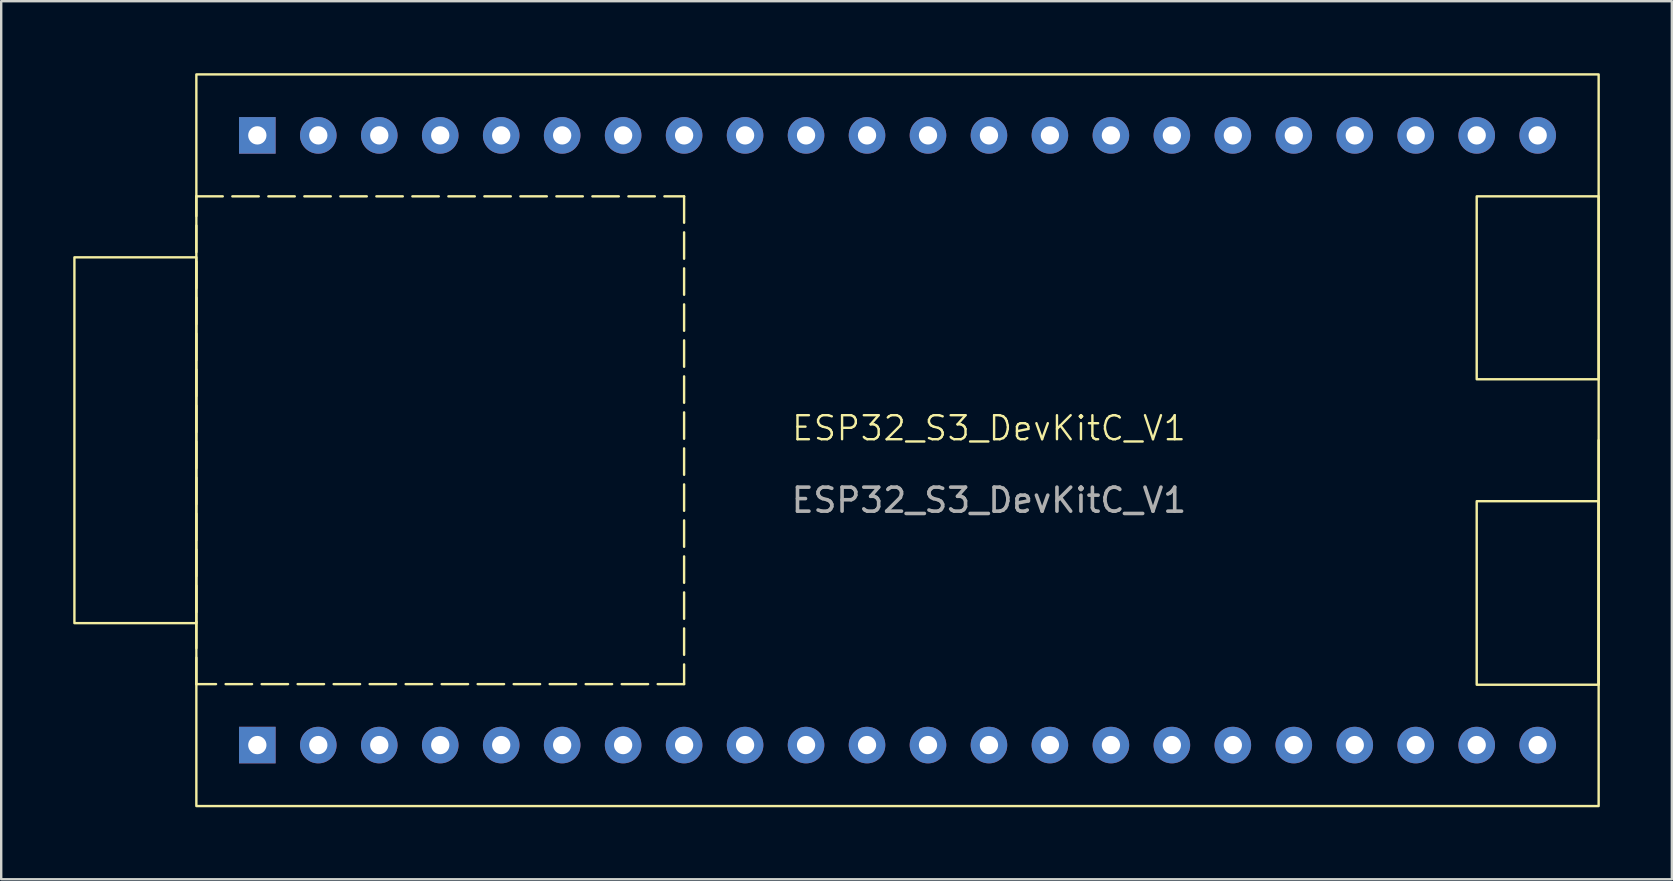
<source format=kicad_pcb>
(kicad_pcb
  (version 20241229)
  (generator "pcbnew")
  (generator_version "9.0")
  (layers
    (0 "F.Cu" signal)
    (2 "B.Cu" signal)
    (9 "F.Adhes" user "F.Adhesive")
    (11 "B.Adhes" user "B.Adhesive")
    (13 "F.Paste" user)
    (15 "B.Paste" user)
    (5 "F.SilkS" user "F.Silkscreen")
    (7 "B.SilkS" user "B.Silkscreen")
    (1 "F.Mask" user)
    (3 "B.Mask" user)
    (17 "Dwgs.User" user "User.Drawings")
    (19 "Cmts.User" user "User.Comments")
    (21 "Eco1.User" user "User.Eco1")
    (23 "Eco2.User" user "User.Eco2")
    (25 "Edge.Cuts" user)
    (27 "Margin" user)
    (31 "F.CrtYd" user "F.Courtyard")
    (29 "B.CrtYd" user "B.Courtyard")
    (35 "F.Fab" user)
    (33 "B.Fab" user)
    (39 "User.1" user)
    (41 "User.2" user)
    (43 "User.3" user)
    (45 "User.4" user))
  (footprint "ESP32_S3_DevKitC_V1"
    (layer "F.Cu")
    (at 35.61 15.29)
    (property "Reference" "ESP32_S3_DevKitC_V1" (at 2.54 -0.5 0) (unlocked yes) (layer "F.SilkS") (effects (font (size 1 1) (thickness 0.1))))
    (attr through_hole)
    (fp_rect (start -30.48 -15.24) (end 27.94 15.24) (stroke (width 0.1) (type default)) (fill no) (layer "F.SilkS"))
    (fp_rect (start -30.48 -10.16) (end -10.16 10.16) (stroke (width 0.1) (type dash)) (fill no) (layer "F.SilkS"))
    (fp_rect (start -30.48 -7.62) (end -35.56 7.62) (stroke (width 0.1) (type default)) (fill no) (layer "F.SilkS"))
    (fp_rect (start 22.86 2.54) (end 27.94 10.185) (stroke (width 0.1) (type default)) (fill no) (layer "F.SilkS"))
    (fp_rect (start 27.94 -10.16) (end 22.86 -2.54) (stroke (width 0.1) (type default)) (fill no) (layer "F.SilkS"))
    (fp_rect (start 27.94 0) (end 27.94 10.16) (stroke (width 0.1) (type default)) (fill no) (layer "F.SilkS"))
    (fp_text user "${REFERENCE}" (at 2.54 2.5 0) (unlocked yes) (layer "F.Fab") (effects (font (size 1 1) (thickness 0.15))))
    (pad "1" thru_hole rect (at -27.94 12.7) (size 1.524 1.524) (drill 0.762) (layers "*.Cu" "*.Mask"))
    (pad "2" thru_hole circle (at -25.4 12.7) (size 1.524 1.524) (drill 0.762) (layers "*.Cu" "*.Mask"))
    (pad "3" thru_hole circle (at -22.86 12.7) (size 1.524 1.524) (drill 0.762) (layers "*.Cu" "*.Mask"))
    (pad "4" thru_hole circle (at -20.32 12.7) (size 1.524 1.524) (drill 0.762) (layers "*.Cu" "*.Mask"))
    (pad "5" thru_hole circle (at -17.78 12.7) (size 1.524 1.524) (drill 0.762) (layers "*.Cu" "*.Mask"))
    (pad "6" thru_hole circle (at -15.24 12.7) (size 1.524 1.524) (drill 0.762) (layers "*.Cu" "*.Mask"))
    (pad "7" thru_hole circle (at -12.7 12.7) (size 1.524 1.524) (drill 0.762) (layers "*.Cu" "*.Mask"))
    (pad "8" thru_hole circle (at -10.16 12.7) (size 1.524 1.524) (drill 0.762) (layers "*.Cu" "*.Mask"))
    (pad "9" thru_hole circle (at -7.62 12.7) (size 1.524 1.524) (drill 0.762) (layers "*.Cu" "*.Mask"))
    (pad "10" thru_hole circle (at -5.08 12.7) (size 1.524 1.524) (drill 0.762) (layers "*.Cu" "*.Mask"))
    (pad "11" thru_hole circle (at -2.54 12.7) (size 1.524 1.524) (drill 0.762) (layers "*.Cu" "*.Mask"))
    (pad "12" thru_hole circle (at 0 12.7) (size 1.524 1.524) (drill 0.762) (layers "*.Cu" "*.Mask"))
    (pad "13" thru_hole circle (at 2.54 12.7) (size 1.524 1.524) (drill 0.762) (layers "*.Cu" "*.Mask"))
    (pad "14" thru_hole circle (at 5.08 12.7) (size 1.524 1.524) (drill 0.762) (layers "*.Cu" "*.Mask"))
    (pad "15" thru_hole circle (at 7.62 12.7) (size 1.524 1.524) (drill 0.762) (layers "*.Cu" "*.Mask"))
    (pad "16" thru_hole circle (at 10.16 12.7) (size 1.524 1.524) (drill 0.762) (layers "*.Cu" "*.Mask"))
    (pad "17" thru_hole circle (at 12.7 12.7) (size 1.524 1.524) (drill 0.762) (layers "*.Cu" "*.Mask"))
    (pad "18" thru_hole circle (at 15.24 12.7) (size 1.524 1.524) (drill 0.762) (layers "*.Cu" "*.Mask"))
    (pad "19" thru_hole circle (at 17.78 12.7) (size 1.524 1.524) (drill 0.762) (layers "*.Cu" "*.Mask"))
    (pad "20" thru_hole circle (at 20.32 12.7) (size 1.524 1.524) (drill 0.762) (layers "*.Cu" "*.Mask"))
    (pad "21" thru_hole circle (at 22.86 12.7) (size 1.524 1.524) (drill 0.762) (layers "*.Cu" "*.Mask"))
    (pad "22" thru_hole circle (at 25.4 12.7) (size 1.524 1.524) (drill 0.762) (layers "*.Cu" "*.Mask"))
    (pad "23" thru_hole circle (at 25.4 -12.7) (size 1.524 1.524) (drill 0.762) (layers "*.Cu" "*.Mask"))
    (pad "24" thru_hole circle (at 22.86 -12.7) (size 1.524 1.524) (drill 0.762) (layers "*.Cu" "*.Mask"))
    (pad "25" thru_hole circle (at 20.32 -12.7) (size 1.524 1.524) (drill 0.762) (layers "*.Cu" "*.Mask"))
    (pad "26" thru_hole circle (at 17.78 -12.7) (size 1.524 1.524) (drill 0.762) (layers "*.Cu" "*.Mask"))
    (pad "27" thru_hole circle (at 15.24 -12.7) (size 1.524 1.524) (drill 0.762) (layers "*.Cu" "*.Mask"))
    (pad "28" thru_hole circle (at 12.7 -12.7) (size 1.524 1.524) (drill 0.762) (layers "*.Cu" "*.Mask"))
    (pad "29" thru_hole circle (at 10.16 -12.7) (size 1.524 1.524) (drill 0.762) (layers "*.Cu" "*.Mask"))
    (pad "30" thru_hole circle (at 7.62 -12.7) (size 1.524 1.524) (drill 0.762) (layers "*.Cu" "*.Mask"))
    (pad "31" thru_hole circle (at 5.08 -12.7) (size 1.524 1.524) (drill 0.762) (layers "*.Cu" "*.Mask"))
    (pad "32" thru_hole circle (at 2.54 -12.7) (size 1.524 1.524) (drill 0.762) (layers "*.Cu" "*.Mask"))
    (pad "33" thru_hole circle (at 0 -12.7) (size 1.524 1.524) (drill 0.762) (layers "*.Cu" "*.Mask"))
    (pad "34" thru_hole circle (at -2.54 -12.7) (size 1.524 1.524) (drill 0.762) (layers "*.Cu" "*.Mask"))
    (pad "35" thru_hole circle (at -5.08 -12.7) (size 1.524 1.524) (drill 0.762) (layers "*.Cu" "*.Mask"))
    (pad "36" thru_hole circle (at -7.62 -12.7) (size 1.524 1.524) (drill 0.762) (layers "*.Cu" "*.Mask"))
    (pad "37" thru_hole circle (at -10.16 -12.7) (size 1.524 1.524) (drill 0.762) (layers "*.Cu" "*.Mask"))
    (pad "38" thru_hole circle (at -12.7 -12.7) (size 1.524 1.524) (drill 0.762) (layers "*.Cu" "*.Mask"))
    (pad "39" thru_hole circle (at -15.24 -12.7) (size 1.524 1.524) (drill 0.762) (layers "*.Cu" "*.Mask"))
    (pad "40" thru_hole circle (at -17.78 -12.7) (size 1.524 1.524) (drill 0.762) (layers "*.Cu" "*.Mask"))
    (pad "41" thru_hole circle (at -20.32 -12.7) (size 1.524 1.524) (drill 0.762) (layers "*.Cu" "*.Mask"))
    (pad "42" thru_hole circle (at -22.86 -12.7) (size 1.524 1.524) (drill 0.762) (layers "*.Cu" "*.Mask"))
    (pad "43" thru_hole circle (at -25.4 -12.7) (size 1.524 1.524) (drill 0.762) (layers "*.Cu" "*.Mask"))
    (pad "44" thru_hole rect (at -27.94 -12.7) (size 1.524 1.524) (drill 0.762) (layers "*.Cu" "*.Mask")))
  (gr_rect
    (start -3 -3)
    (end 66.6 33.58)
    (stroke (width 0.1) (type default))
    (fill no)
    (layer "Edge.Cuts")))
</source>
